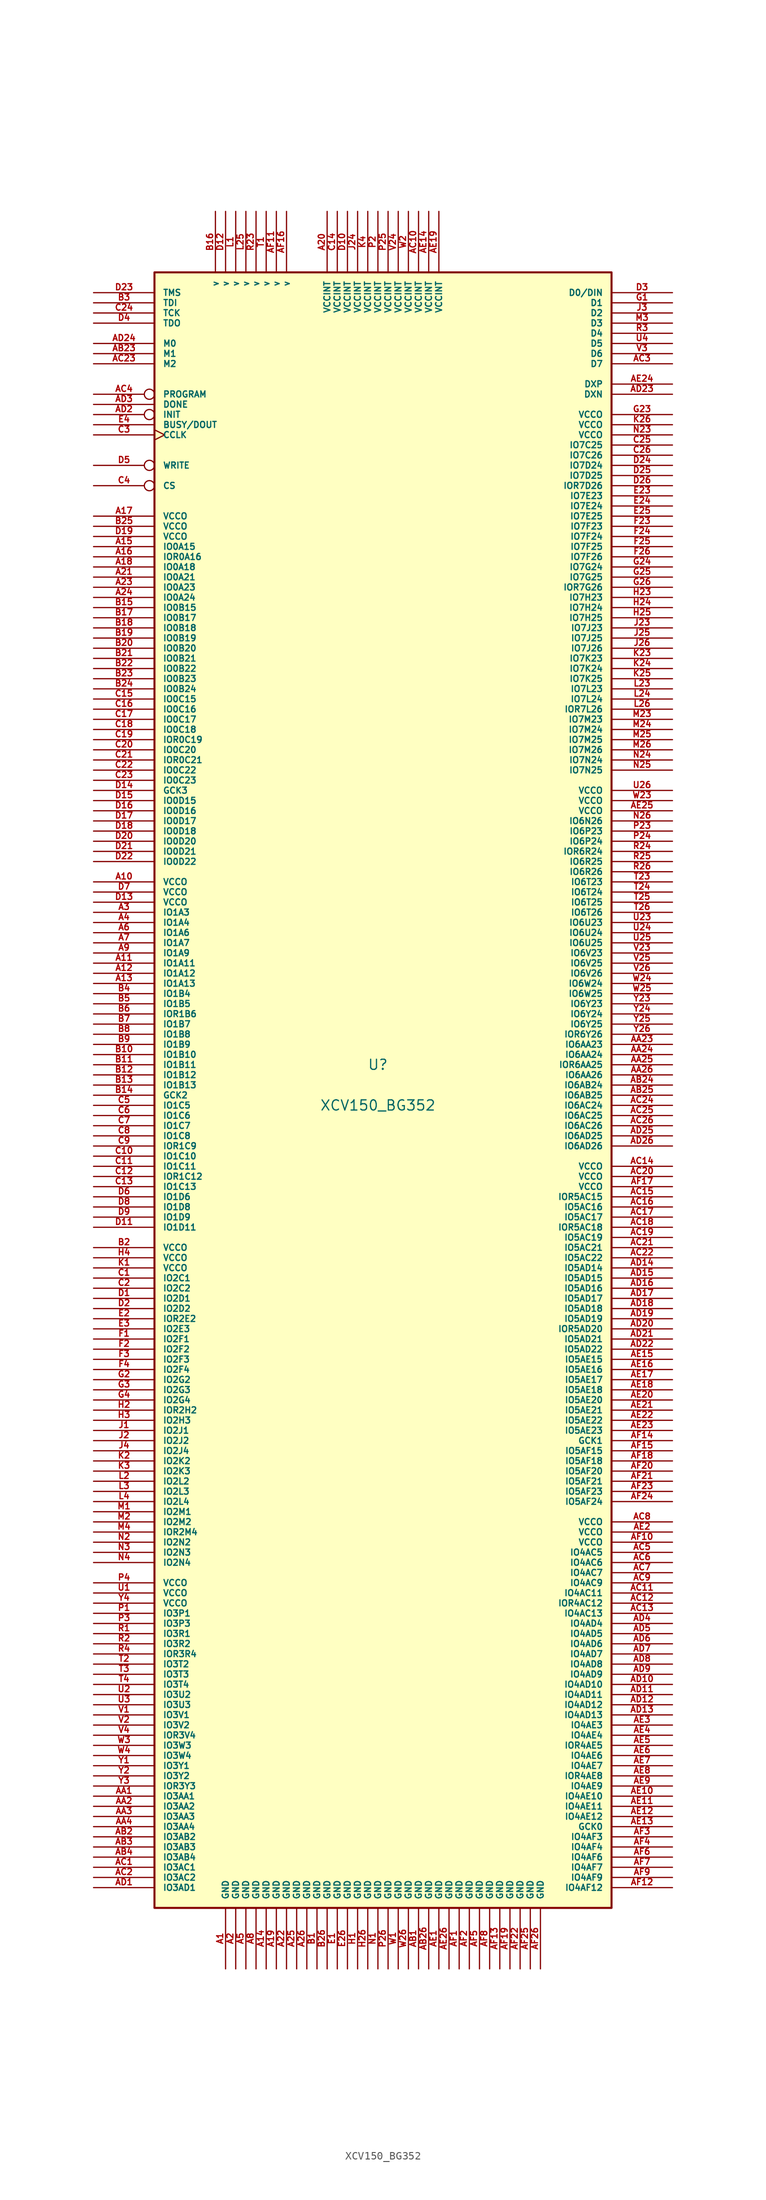
<source format=kicad_sym>
(kicad_symbol_lib
  (version 20211014)
  (generator kicad_symbol_editor)
  (symbol "XCV150_BG352"
    (pin_names
      (offset 1.016))
    (property "Reference" "U"
      (at 0 2.54 0)
      (effects (font (size 1.27 1.27))))
    (property "Value" "XCV150_BG352"
      (at 0 -2.54 0)
      (effects (font (size 1.27 1.27))))
    (symbol "XCV150_BG352_0_1"
      (rectangle (start -27.94 101.6) (end 29.21 -102.87) (stroke (width 0.254) (type default) (color 0 0 0 0)) (fill (type background))))
    (symbol "XCV150_BG352_1_1"
      (pin power_in line (at -19.05 -110.49 90) (length 7.62) (name "GND" (effects (font (size 0.762 0.762)))) (number "A1" (effects (font (size 0.762 0.762)))))
      (pin power_in line (at -35.56 25.4 0) (length 7.62) (name "VCCO" (effects (font (size 0.762 0.762)))) (number "A10" (effects (font (size 0.762 0.762)))))
      (pin bidirectional line (at -35.56 15.24 0) (length 7.62) (name "IO1A11" (effects (font (size 0.762 0.762)))) (number "A11" (effects (font (size 0.762 0.762)))))
      (pin bidirectional line (at -35.56 13.97 0) (length 7.62) (name "IO1A12" (effects (font (size 0.762 0.762)))) (number "A12" (effects (font (size 0.762 0.762)))))
      (pin bidirectional line (at -35.56 12.7 0) (length 7.62) (name "IO1A13" (effects (font (size 0.762 0.762)))) (number "A13" (effects (font (size 0.762 0.762)))))
      (pin power_in line (at -13.97 -110.49 90) (length 7.62) (name "GND" (effects (font (size 0.762 0.762)))) (number "A14" (effects (font (size 0.762 0.762)))))
      (pin bidirectional line (at -35.56 67.31 0) (length 7.62) (name "IO0A15" (effects (font (size 0.762 0.762)))) (number "A15" (effects (font (size 0.762 0.762)))))
      (pin bidirectional line (at -35.56 66.04 0) (length 7.62) (name "IOR0A16" (effects (font (size 0.762 0.762)))) (number "A16" (effects (font (size 0.762 0.762)))))
      (pin power_in line (at -35.56 71.12 0) (length 7.62) (name "VCCO" (effects (font (size 0.762 0.762)))) (number "A17" (effects (font (size 0.762 0.762)))))
      (pin bidirectional line (at -35.56 64.77 0) (length 7.62) (name "IO0A18" (effects (font (size 0.762 0.762)))) (number "A18" (effects (font (size 0.762 0.762)))))
      (pin power_in line (at -12.7 -110.49 90) (length 7.62) (name "GND" (effects (font (size 0.762 0.762)))) (number "A19" (effects (font (size 0.762 0.762)))))
      (pin power_in line (at -17.78 -110.49 90) (length 7.62) (name "GND" (effects (font (size 0.762 0.762)))) (number "A2" (effects (font (size 0.762 0.762)))))
      (pin power_in line (at -6.35 109.22 270) (length 7.62) (name "VCCINT" (effects (font (size 0.762 0.762)))) (number "A20" (effects (font (size 0.762 0.762)))))
      (pin bidirectional line (at -35.56 63.5 0) (length 7.62) (name "IO0A21" (effects (font (size 0.762 0.762)))) (number "A21" (effects (font (size 0.762 0.762)))))
      (pin power_in line (at -11.43 -110.49 90) (length 7.62) (name "GND" (effects (font (size 0.762 0.762)))) (number "A22" (effects (font (size 0.762 0.762)))))
      (pin bidirectional line (at -35.56 62.23 0) (length 7.62) (name "IO0A23" (effects (font (size 0.762 0.762)))) (number "A23" (effects (font (size 0.762 0.762)))))
      (pin bidirectional line (at -35.56 60.96 0) (length 7.62) (name "IO0A24" (effects (font (size 0.762 0.762)))) (number "A24" (effects (font (size 0.762 0.762)))))
      (pin power_in line (at -10.16 -110.49 90) (length 7.62) (name "GND" (effects (font (size 0.762 0.762)))) (number "A25" (effects (font (size 0.762 0.762)))))
      (pin power_in line (at -8.89 -110.49 90) (length 7.62) (name "GND" (effects (font (size 0.762 0.762)))) (number "A26" (effects (font (size 0.762 0.762)))))
      (pin bidirectional line (at -35.56 21.59 0) (length 7.62) (name "IO1A3" (effects (font (size 0.762 0.762)))) (number "A3" (effects (font (size 0.762 0.762)))))
      (pin bidirectional line (at -35.56 20.32 0) (length 7.62) (name "IO1A4" (effects (font (size 0.762 0.762)))) (number "A4" (effects (font (size 0.762 0.762)))))
      (pin power_in line (at -16.51 -110.49 90) (length 7.62) (name "GND" (effects (font (size 0.762 0.762)))) (number "A5" (effects (font (size 0.762 0.762)))))
      (pin bidirectional line (at -35.56 19.05 0) (length 7.62) (name "IO1A6" (effects (font (size 0.762 0.762)))) (number "A6" (effects (font (size 0.762 0.762)))))
      (pin bidirectional line (at -35.56 17.78 0) (length 7.62) (name "IO1A7" (effects (font (size 0.762 0.762)))) (number "A7" (effects (font (size 0.762 0.762)))))
      (pin power_in line (at -15.24 -110.49 90) (length 7.62) (name "GND" (effects (font (size 0.762 0.762)))) (number "A8" (effects (font (size 0.762 0.762)))))
      (pin bidirectional line (at -35.56 16.51 0) (length 7.62) (name "IO1A9" (effects (font (size 0.762 0.762)))) (number "A9" (effects (font (size 0.762 0.762)))))
      (pin bidirectional line (at -35.56 -88.9 0) (length 7.62) (name "IO3AA1" (effects (font (size 0.762 0.762)))) (number "AA1" (effects (font (size 0.762 0.762)))))
      (pin bidirectional line (at -35.56 -90.17 0) (length 7.62) (name "IO3AA2" (effects (font (size 0.762 0.762)))) (number "AA2" (effects (font (size 0.762 0.762)))))
      (pin bidirectional line (at 36.83 5.08 180) (length 7.62) (name "IO6AA23" (effects (font (size 0.762 0.762)))) (number "AA23" (effects (font (size 0.762 0.762)))))
      (pin bidirectional line (at 36.83 3.81 180) (length 7.62) (name "IO6AA24" (effects (font (size 0.762 0.762)))) (number "AA24" (effects (font (size 0.762 0.762)))))
      (pin bidirectional line (at 36.83 2.54 180) (length 7.62) (name "IOR6AA25" (effects (font (size 0.762 0.762)))) (number "AA25" (effects (font (size 0.762 0.762)))))
      (pin bidirectional line (at 36.83 1.27 180) (length 7.62) (name "IO6AA26" (effects (font (size 0.762 0.762)))) (number "AA26" (effects (font (size 0.762 0.762)))))
      (pin bidirectional line (at -35.56 -91.44 0) (length 7.62) (name "IO3AA3" (effects (font (size 0.762 0.762)))) (number "AA3" (effects (font (size 0.762 0.762)))))
      (pin bidirectional line (at -35.56 -92.71 0) (length 7.62) (name "IO3AA4" (effects (font (size 0.762 0.762)))) (number "AA4" (effects (font (size 0.762 0.762)))))
      (pin power_in line (at 5.08 -110.49 90) (length 7.62) (name "GND" (effects (font (size 0.762 0.762)))) (number "AB1" (effects (font (size 0.762 0.762)))))
      (pin bidirectional line (at -35.56 -93.98 0) (length 7.62) (name "IO3AB2" (effects (font (size 0.762 0.762)))) (number "AB2" (effects (font (size 0.762 0.762)))))
      (pin input line (at -35.56 91.44 0) (length 7.62) (name "M1" (effects (font (size 0.762 0.762)))) (number "AB23" (effects (font (size 0.762 0.762)))))
      (pin bidirectional line (at 36.83 0 180) (length 7.62) (name "IO6AB24" (effects (font (size 0.762 0.762)))) (number "AB24" (effects (font (size 0.762 0.762)))))
      (pin bidirectional line (at 36.83 -1.27 180) (length 7.62) (name "IO6AB25" (effects (font (size 0.762 0.762)))) (number "AB25" (effects (font (size 0.762 0.762)))))
      (pin power_in line (at 6.35 -110.49 90) (length 7.62) (name "GND" (effects (font (size 0.762 0.762)))) (number "AB26" (effects (font (size 0.762 0.762)))))
      (pin bidirectional line (at -35.56 -95.25 0) (length 7.62) (name "IO3AB3" (effects (font (size 0.762 0.762)))) (number "AB3" (effects (font (size 0.762 0.762)))))
      (pin bidirectional line (at -35.56 -96.52 0) (length 7.62) (name "IO3AB4" (effects (font (size 0.762 0.762)))) (number "AB4" (effects (font (size 0.762 0.762)))))
      (pin bidirectional line (at -35.56 -97.79 0) (length 7.62) (name "IO3AC1" (effects (font (size 0.762 0.762)))) (number "AC1" (effects (font (size 0.762 0.762)))))
      (pin power_in line (at 5.08 109.22 270) (length 7.62) (name "VCCINT" (effects (font (size 0.762 0.762)))) (number "AC10" (effects (font (size 0.762 0.762)))))
      (pin bidirectional line (at 36.83 -63.5 180) (length 7.62) (name "IO4AC11" (effects (font (size 0.762 0.762)))) (number "AC11" (effects (font (size 0.762 0.762)))))
      (pin bidirectional line (at 36.83 -64.77 180) (length 7.62) (name "IOR4AC12" (effects (font (size 0.762 0.762)))) (number "AC12" (effects (font (size 0.762 0.762)))))
      (pin bidirectional line (at 36.83 -66.04 180) (length 7.62) (name "IO4AC13" (effects (font (size 0.762 0.762)))) (number "AC13" (effects (font (size 0.762 0.762)))))
      (pin power_in line (at 36.83 -10.16 180) (length 7.62) (name "VCCO" (effects (font (size 0.762 0.762)))) (number "AC14" (effects (font (size 0.762 0.762)))))
      (pin bidirectional line (at 36.83 -13.97 180) (length 7.62) (name "IOR5AC15" (effects (font (size 0.762 0.762)))) (number "AC15" (effects (font (size 0.762 0.762)))))
      (pin bidirectional line (at 36.83 -15.24 180) (length 7.62) (name "IO5AC16" (effects (font (size 0.762 0.762)))) (number "AC16" (effects (font (size 0.762 0.762)))))
      (pin bidirectional line (at 36.83 -16.51 180) (length 7.62) (name "IO5AC17" (effects (font (size 0.762 0.762)))) (number "AC17" (effects (font (size 0.762 0.762)))))
      (pin bidirectional line (at 36.83 -17.78 180) (length 7.62) (name "IOR5AC18" (effects (font (size 0.762 0.762)))) (number "AC18" (effects (font (size 0.762 0.762)))))
      (pin bidirectional line (at 36.83 -19.05 180) (length 7.62) (name "IO5AC19" (effects (font (size 0.762 0.762)))) (number "AC19" (effects (font (size 0.762 0.762)))))
      (pin bidirectional line (at -35.56 -99.06 0) (length 7.62) (name "IO3AC2" (effects (font (size 0.762 0.762)))) (number "AC2" (effects (font (size 0.762 0.762)))))
      (pin power_in line (at 36.83 -11.43 180) (length 7.62) (name "VCCO" (effects (font (size 0.762 0.762)))) (number "AC20" (effects (font (size 0.762 0.762)))))
      (pin bidirectional line (at 36.83 -20.32 180) (length 7.62) (name "IO5AC21" (effects (font (size 0.762 0.762)))) (number "AC21" (effects (font (size 0.762 0.762)))))
      (pin bidirectional line (at 36.83 -21.59 180) (length 7.62) (name "IO5AC22" (effects (font (size 0.762 0.762)))) (number "AC22" (effects (font (size 0.762 0.762)))))
      (pin input line (at -35.56 90.17 0) (length 7.62) (name "M2" (effects (font (size 0.762 0.762)))) (number "AC23" (effects (font (size 0.762 0.762)))))
      (pin bidirectional line (at 36.83 -2.54 180) (length 7.62) (name "IO6AC24" (effects (font (size 0.762 0.762)))) (number "AC24" (effects (font (size 0.762 0.762)))))
      (pin bidirectional line (at 36.83 -3.81 180) (length 7.62) (name "IO6AC25" (effects (font (size 0.762 0.762)))) (number "AC25" (effects (font (size 0.762 0.762)))))
      (pin bidirectional line (at 36.83 -5.08 180) (length 7.62) (name "IO6AC26" (effects (font (size 0.762 0.762)))) (number "AC26" (effects (font (size 0.762 0.762)))))
      (pin bidirectional line (at 36.83 90.17 180) (length 7.62) (name "D7" (effects (font (size 0.762 0.762)))) (number "AC3" (effects (font (size 0.762 0.762)))))
      (pin input inverted (at -35.56 86.36 0) (length 7.62) (name "PROGRAM" (effects (font (size 0.762 0.762)))) (number "AC4" (effects (font (size 0.762 0.762)))))
      (pin bidirectional line (at 36.83 -58.42 180) (length 7.62) (name "IO4AC5" (effects (font (size 0.762 0.762)))) (number "AC5" (effects (font (size 0.762 0.762)))))
      (pin bidirectional line (at 36.83 -59.69 180) (length 7.62) (name "IO4AC6" (effects (font (size 0.762 0.762)))) (number "AC6" (effects (font (size 0.762 0.762)))))
      (pin bidirectional line (at 36.83 -60.96 180) (length 7.62) (name "IO4AC7" (effects (font (size 0.762 0.762)))) (number "AC7" (effects (font (size 0.762 0.762)))))
      (pin power_in line (at 36.83 -54.61 180) (length 7.62) (name "VCCO" (effects (font (size 0.762 0.762)))) (number "AC8" (effects (font (size 0.762 0.762)))))
      (pin bidirectional line (at 36.83 -62.23 180) (length 7.62) (name "IO4AC9" (effects (font (size 0.762 0.762)))) (number "AC9" (effects (font (size 0.762 0.762)))))
      (pin bidirectional line (at -35.56 -100.33 0) (length 7.62) (name "IO3AD1" (effects (font (size 0.762 0.762)))) (number "AD1" (effects (font (size 0.762 0.762)))))
      (pin bidirectional line (at 36.83 -74.93 180) (length 7.62) (name "IO4AD10" (effects (font (size 0.762 0.762)))) (number "AD10" (effects (font (size 0.762 0.762)))))
      (pin bidirectional line (at 36.83 -76.2 180) (length 7.62) (name "IO4AD11" (effects (font (size 0.762 0.762)))) (number "AD11" (effects (font (size 0.762 0.762)))))
      (pin bidirectional line (at 36.83 -77.47 180) (length 7.62) (name "IO4AD12" (effects (font (size 0.762 0.762)))) (number "AD12" (effects (font (size 0.762 0.762)))))
      (pin bidirectional line (at 36.83 -78.74 180) (length 7.62) (name "IO4AD13" (effects (font (size 0.762 0.762)))) (number "AD13" (effects (font (size 0.762 0.762)))))
      (pin bidirectional line (at 36.83 -22.86 180) (length 7.62) (name "IO5AD14" (effects (font (size 0.762 0.762)))) (number "AD14" (effects (font (size 0.762 0.762)))))
      (pin bidirectional line (at 36.83 -24.13 180) (length 7.62) (name "IO5AD15" (effects (font (size 0.762 0.762)))) (number "AD15" (effects (font (size 0.762 0.762)))))
      (pin bidirectional line (at 36.83 -25.4 180) (length 7.62) (name "IO5AD16" (effects (font (size 0.762 0.762)))) (number "AD16" (effects (font (size 0.762 0.762)))))
      (pin bidirectional line (at 36.83 -26.67 180) (length 7.62) (name "IO5AD17" (effects (font (size 0.762 0.762)))) (number "AD17" (effects (font (size 0.762 0.762)))))
      (pin bidirectional line (at 36.83 -27.94 180) (length 7.62) (name "IO5AD18" (effects (font (size 0.762 0.762)))) (number "AD18" (effects (font (size 0.762 0.762)))))
      (pin bidirectional line (at 36.83 -29.21 180) (length 7.62) (name "IO5AD19" (effects (font (size 0.762 0.762)))) (number "AD19" (effects (font (size 0.762 0.762)))))
      (pin bidirectional inverted (at -35.56 83.82 0) (length 7.62) (name "INIT" (effects (font (size 0.762 0.762)))) (number "AD2" (effects (font (size 0.762 0.762)))))
      (pin bidirectional line (at 36.83 -30.48 180) (length 7.62) (name "IOR5AD20" (effects (font (size 0.762 0.762)))) (number "AD20" (effects (font (size 0.762 0.762)))))
      (pin bidirectional line (at 36.83 -31.75 180) (length 7.62) (name "IO5AD21" (effects (font (size 0.762 0.762)))) (number "AD21" (effects (font (size 0.762 0.762)))))
      (pin bidirectional line (at 36.83 -33.02 180) (length 7.62) (name "IO5AD22" (effects (font (size 0.762 0.762)))) (number "AD22" (effects (font (size 0.762 0.762)))))
      (pin passive line (at 36.83 86.36 180) (length 7.62) (name "DXN" (effects (font (size 0.762 0.762)))) (number "AD23" (effects (font (size 0.762 0.762)))))
      (pin input line (at -35.56 92.71 0) (length 7.62) (name "M0" (effects (font (size 0.762 0.762)))) (number "AD24" (effects (font (size 0.762 0.762)))))
      (pin bidirectional line (at 36.83 -6.35 180) (length 7.62) (name "IO6AD25" (effects (font (size 0.762 0.762)))) (number "AD25" (effects (font (size 0.762 0.762)))))
      (pin bidirectional line (at 36.83 -7.62 180) (length 7.62) (name "IO6AD26" (effects (font (size 0.762 0.762)))) (number "AD26" (effects (font (size 0.762 0.762)))))
      (pin bidirectional line (at -35.56 85.09 0) (length 7.62) (name "DONE" (effects (font (size 0.762 0.762)))) (number "AD3" (effects (font (size 0.762 0.762)))))
      (pin bidirectional line (at 36.83 -67.31 180) (length 7.62) (name "IO4AD4" (effects (font (size 0.762 0.762)))) (number "AD4" (effects (font (size 0.762 0.762)))))
      (pin bidirectional line (at 36.83 -68.58 180) (length 7.62) (name "IO4AD5" (effects (font (size 0.762 0.762)))) (number "AD5" (effects (font (size 0.762 0.762)))))
      (pin bidirectional line (at 36.83 -69.85 180) (length 7.62) (name "IO4AD6" (effects (font (size 0.762 0.762)))) (number "AD6" (effects (font (size 0.762 0.762)))))
      (pin bidirectional line (at 36.83 -71.12 180) (length 7.62) (name "IO4AD7" (effects (font (size 0.762 0.762)))) (number "AD7" (effects (font (size 0.762 0.762)))))
      (pin bidirectional line (at 36.83 -72.39 180) (length 7.62) (name "IO4AD8" (effects (font (size 0.762 0.762)))) (number "AD8" (effects (font (size 0.762 0.762)))))
      (pin bidirectional line (at 36.83 -73.66 180) (length 7.62) (name "IO4AD9" (effects (font (size 0.762 0.762)))) (number "AD9" (effects (font (size 0.762 0.762)))))
      (pin power_in line (at 7.62 -110.49 90) (length 7.62) (name "GND" (effects (font (size 0.762 0.762)))) (number "AE1" (effects (font (size 0.762 0.762)))))
      (pin bidirectional line (at 36.83 -88.9 180) (length 7.62) (name "IO4AE10" (effects (font (size 0.762 0.762)))) (number "AE10" (effects (font (size 0.762 0.762)))))
      (pin bidirectional line (at 36.83 -90.17 180) (length 7.62) (name "IO4AE11" (effects (font (size 0.762 0.762)))) (number "AE11" (effects (font (size 0.762 0.762)))))
      (pin bidirectional line (at 36.83 -91.44 180) (length 7.62) (name "IO4AE12" (effects (font (size 0.762 0.762)))) (number "AE12" (effects (font (size 0.762 0.762)))))
      (pin input line (at 36.83 -92.71 180) (length 7.62) (name "GCK0" (effects (font (size 0.762 0.762)))) (number "AE13" (effects (font (size 0.762 0.762)))))
      (pin power_in line (at 6.35 109.22 270) (length 7.62) (name "VCCINT" (effects (font (size 0.762 0.762)))) (number "AE14" (effects (font (size 0.762 0.762)))))
      (pin bidirectional line (at 36.83 -34.29 180) (length 7.62) (name "IO5AE15" (effects (font (size 0.762 0.762)))) (number "AE15" (effects (font (size 0.762 0.762)))))
      (pin bidirectional line (at 36.83 -35.56 180) (length 7.62) (name "IO5AE16" (effects (font (size 0.762 0.762)))) (number "AE16" (effects (font (size 0.762 0.762)))))
      (pin bidirectional line (at 36.83 -36.83 180) (length 7.62) (name "IO5AE17" (effects (font (size 0.762 0.762)))) (number "AE17" (effects (font (size 0.762 0.762)))))
      (pin bidirectional line (at 36.83 -38.1 180) (length 7.62) (name "IO5AE18" (effects (font (size 0.762 0.762)))) (number "AE18" (effects (font (size 0.762 0.762)))))
      (pin power_in line (at 7.62 109.22 270) (length 7.62) (name "VCCINT" (effects (font (size 0.762 0.762)))) (number "AE19" (effects (font (size 0.762 0.762)))))
      (pin power_in line (at 36.83 -55.88 180) (length 7.62) (name "VCCO" (effects (font (size 0.762 0.762)))) (number "AE2" (effects (font (size 0.762 0.762)))))
      (pin bidirectional line (at 36.83 -39.37 180) (length 7.62) (name "IO5AE20" (effects (font (size 0.762 0.762)))) (number "AE20" (effects (font (size 0.762 0.762)))))
      (pin bidirectional line (at 36.83 -40.64 180) (length 7.62) (name "IO5AE21" (effects (font (size 0.762 0.762)))) (number "AE21" (effects (font (size 0.762 0.762)))))
      (pin bidirectional line (at 36.83 -41.91 180) (length 7.62) (name "IO5AE22" (effects (font (size 0.762 0.762)))) (number "AE22" (effects (font (size 0.762 0.762)))))
      (pin bidirectional line (at 36.83 -43.18 180) (length 7.62) (name "IO5AE23" (effects (font (size 0.762 0.762)))) (number "AE23" (effects (font (size 0.762 0.762)))))
      (pin passive line (at 36.83 87.63 180) (length 7.62) (name "DXP" (effects (font (size 0.762 0.762)))) (number "AE24" (effects (font (size 0.762 0.762)))))
      (pin power_in line (at 36.83 34.29 180) (length 7.62) (name "VCCO" (effects (font (size 0.762 0.762)))) (number "AE25" (effects (font (size 0.762 0.762)))))
      (pin power_in line (at 8.89 -110.49 90) (length 7.62) (name "GND" (effects (font (size 0.762 0.762)))) (number "AE26" (effects (font (size 0.762 0.762)))))
      (pin bidirectional line (at 36.83 -80.01 180) (length 7.62) (name "IO4AE3" (effects (font (size 0.762 0.762)))) (number "AE3" (effects (font (size 0.762 0.762)))))
      (pin bidirectional line (at 36.83 -81.28 180) (length 7.62) (name "IO4AE4" (effects (font (size 0.762 0.762)))) (number "AE4" (effects (font (size 0.762 0.762)))))
      (pin bidirectional line (at 36.83 -82.55 180) (length 7.62) (name "IOR4AE5" (effects (font (size 0.762 0.762)))) (number "AE5" (effects (font (size 0.762 0.762)))))
      (pin bidirectional line (at 36.83 -83.82 180) (length 7.62) (name "IO4AE6" (effects (font (size 0.762 0.762)))) (number "AE6" (effects (font (size 0.762 0.762)))))
      (pin bidirectional line (at 36.83 -85.09 180) (length 7.62) (name "IO4AE7" (effects (font (size 0.762 0.762)))) (number "AE7" (effects (font (size 0.762 0.762)))))
      (pin bidirectional line (at 36.83 -86.36 180) (length 7.62) (name "IOR4AE8" (effects (font (size 0.762 0.762)))) (number "AE8" (effects (font (size 0.762 0.762)))))
      (pin bidirectional line (at 36.83 -87.63 180) (length 7.62) (name "IO4AE9" (effects (font (size 0.762 0.762)))) (number "AE9" (effects (font (size 0.762 0.762)))))
      (pin power_in line (at 10.16 -110.49 90) (length 7.62) (name "GND" (effects (font (size 0.762 0.762)))) (number "AF1" (effects (font (size 0.762 0.762)))))
      (pin power_in line (at 36.83 -57.15 180) (length 7.62) (name "VCCO" (effects (font (size 0.762 0.762)))) (number "AF10" (effects (font (size 0.762 0.762)))))
      (pin passive line (at -12.7 109.22 270) (length 7.62) (name "v" (effects (font (size 0.762 0.762)))) (number "AF11" (effects (font (size 0.762 0.762)))))
      (pin bidirectional line (at 36.83 -100.33 180) (length 7.62) (name "IO4AF12" (effects (font (size 0.762 0.762)))) (number "AF12" (effects (font (size 0.762 0.762)))))
      (pin power_in line (at 15.24 -110.49 90) (length 7.62) (name "GND" (effects (font (size 0.762 0.762)))) (number "AF13" (effects (font (size 0.762 0.762)))))
      (pin input line (at 36.83 -44.45 180) (length 7.62) (name "GCK1" (effects (font (size 0.762 0.762)))) (number "AF14" (effects (font (size 0.762 0.762)))))
      (pin bidirectional line (at 36.83 -45.72 180) (length 7.62) (name "IO5AF15" (effects (font (size 0.762 0.762)))) (number "AF15" (effects (font (size 0.762 0.762)))))
      (pin passive line (at -11.43 109.22 270) (length 7.62) (name "v" (effects (font (size 0.762 0.762)))) (number "AF16" (effects (font (size 0.762 0.762)))))
      (pin power_in line (at 36.83 -12.7 180) (length 7.62) (name "VCCO" (effects (font (size 0.762 0.762)))) (number "AF17" (effects (font (size 0.762 0.762)))))
      (pin bidirectional line (at 36.83 -46.99 180) (length 7.62) (name "IO5AF18" (effects (font (size 0.762 0.762)))) (number "AF18" (effects (font (size 0.762 0.762)))))
      (pin power_in line (at 16.51 -110.49 90) (length 7.62) (name "GND" (effects (font (size 0.762 0.762)))) (number "AF19" (effects (font (size 0.762 0.762)))))
      (pin power_in line (at 11.43 -110.49 90) (length 7.62) (name "GND" (effects (font (size 0.762 0.762)))) (number "AF2" (effects (font (size 0.762 0.762)))))
      (pin bidirectional line (at 36.83 -48.26 180) (length 7.62) (name "IO5AF20" (effects (font (size 0.762 0.762)))) (number "AF20" (effects (font (size 0.762 0.762)))))
      (pin bidirectional line (at 36.83 -49.53 180) (length 7.62) (name "IO5AF21" (effects (font (size 0.762 0.762)))) (number "AF21" (effects (font (size 0.762 0.762)))))
      (pin power_in line (at 17.78 -110.49 90) (length 7.62) (name "GND" (effects (font (size 0.762 0.762)))) (number "AF22" (effects (font (size 0.762 0.762)))))
      (pin bidirectional line (at 36.83 -50.8 180) (length 7.62) (name "IO5AF23" (effects (font (size 0.762 0.762)))) (number "AF23" (effects (font (size 0.762 0.762)))))
      (pin bidirectional line (at 36.83 -52.07 180) (length 7.62) (name "IO5AF24" (effects (font (size 0.762 0.762)))) (number "AF24" (effects (font (size 0.762 0.762)))))
      (pin power_in line (at 19.05 -110.49 90) (length 7.62) (name "GND" (effects (font (size 0.762 0.762)))) (number "AF25" (effects (font (size 0.762 0.762)))))
      (pin power_in line (at 20.32 -110.49 90) (length 7.62) (name "GND" (effects (font (size 0.762 0.762)))) (number "AF26" (effects (font (size 0.762 0.762)))))
      (pin bidirectional line (at 36.83 -93.98 180) (length 7.62) (name "IO4AF3" (effects (font (size 0.762 0.762)))) (number "AF3" (effects (font (size 0.762 0.762)))))
      (pin bidirectional line (at 36.83 -95.25 180) (length 7.62) (name "IO4AF4" (effects (font (size 0.762 0.762)))) (number "AF4" (effects (font (size 0.762 0.762)))))
      (pin power_in line (at 12.7 -110.49 90) (length 7.62) (name "GND" (effects (font (size 0.762 0.762)))) (number "AF5" (effects (font (size 0.762 0.762)))))
      (pin bidirectional line (at 36.83 -96.52 180) (length 7.62) (name "IO4AF6" (effects (font (size 0.762 0.762)))) (number "AF6" (effects (font (size 0.762 0.762)))))
      (pin bidirectional line (at 36.83 -97.79 180) (length 7.62) (name "IO4AF7" (effects (font (size 0.762 0.762)))) (number "AF7" (effects (font (size 0.762 0.762)))))
      (pin power_in line (at 13.97 -110.49 90) (length 7.62) (name "GND" (effects (font (size 0.762 0.762)))) (number "AF8" (effects (font (size 0.762 0.762)))))
      (pin bidirectional line (at 36.83 -99.06 180) (length 7.62) (name "IO4AF9" (effects (font (size 0.762 0.762)))) (number "AF9" (effects (font (size 0.762 0.762)))))
      (pin power_in line (at -7.62 -110.49 90) (length 7.62) (name "GND" (effects (font (size 0.762 0.762)))) (number "B1" (effects (font (size 0.762 0.762)))))
      (pin bidirectional line (at -35.56 3.81 0) (length 7.62) (name "IO1B10" (effects (font (size 0.762 0.762)))) (number "B10" (effects (font (size 0.762 0.762)))))
      (pin bidirectional line (at -35.56 2.54 0) (length 7.62) (name "IO1B11" (effects (font (size 0.762 0.762)))) (number "B11" (effects (font (size 0.762 0.762)))))
      (pin bidirectional line (at -35.56 1.27 0) (length 7.62) (name "IO1B12" (effects (font (size 0.762 0.762)))) (number "B12" (effects (font (size 0.762 0.762)))))
      (pin bidirectional line (at -35.56 0 0) (length 7.62) (name "IO1B13" (effects (font (size 0.762 0.762)))) (number "B13" (effects (font (size 0.762 0.762)))))
      (pin input line (at -35.56 -1.27 0) (length 7.62) (name "GCK2" (effects (font (size 0.762 0.762)))) (number "B14" (effects (font (size 0.762 0.762)))))
      (pin bidirectional line (at -35.56 59.69 0) (length 7.62) (name "IO0B15" (effects (font (size 0.762 0.762)))) (number "B15" (effects (font (size 0.762 0.762)))))
      (pin passive line (at -20.32 109.22 270) (length 7.62) (name "v" (effects (font (size 0.762 0.762)))) (number "B16" (effects (font (size 0.762 0.762)))))
      (pin bidirectional line (at -35.56 58.42 0) (length 7.62) (name "IO0B17" (effects (font (size 0.762 0.762)))) (number "B17" (effects (font (size 0.762 0.762)))))
      (pin bidirectional line (at -35.56 57.15 0) (length 7.62) (name "IO0B18" (effects (font (size 0.762 0.762)))) (number "B18" (effects (font (size 0.762 0.762)))))
      (pin bidirectional line (at -35.56 55.88 0) (length 7.62) (name "IO0B19" (effects (font (size 0.762 0.762)))) (number "B19" (effects (font (size 0.762 0.762)))))
      (pin power_in line (at -35.56 -20.32 0) (length 7.62) (name "VCCO" (effects (font (size 0.762 0.762)))) (number "B2" (effects (font (size 0.762 0.762)))))
      (pin bidirectional line (at -35.56 54.61 0) (length 7.62) (name "IO0B20" (effects (font (size 0.762 0.762)))) (number "B20" (effects (font (size 0.762 0.762)))))
      (pin bidirectional line (at -35.56 53.34 0) (length 7.62) (name "IO0B21" (effects (font (size 0.762 0.762)))) (number "B21" (effects (font (size 0.762 0.762)))))
      (pin bidirectional line (at -35.56 52.07 0) (length 7.62) (name "IO0B22" (effects (font (size 0.762 0.762)))) (number "B22" (effects (font (size 0.762 0.762)))))
      (pin bidirectional line (at -35.56 50.8 0) (length 7.62) (name "IO0B23" (effects (font (size 0.762 0.762)))) (number "B23" (effects (font (size 0.762 0.762)))))
      (pin bidirectional line (at -35.56 49.53 0) (length 7.62) (name "IO0B24" (effects (font (size 0.762 0.762)))) (number "B24" (effects (font (size 0.762 0.762)))))
      (pin power_in line (at -35.56 69.85 0) (length 7.62) (name "VCCO" (effects (font (size 0.762 0.762)))) (number "B25" (effects (font (size 0.762 0.762)))))
      (pin power_in line (at -6.35 -110.49 90) (length 7.62) (name "GND" (effects (font (size 0.762 0.762)))) (number "B26" (effects (font (size 0.762 0.762)))))
      (pin passive line (at -35.56 97.79 0) (length 7.62) (name "TDI" (effects (font (size 0.762 0.762)))) (number "B3" (effects (font (size 0.762 0.762)))))
      (pin bidirectional line (at -35.56 11.43 0) (length 7.62) (name "IO1B4" (effects (font (size 0.762 0.762)))) (number "B4" (effects (font (size 0.762 0.762)))))
      (pin bidirectional line (at -35.56 10.16 0) (length 7.62) (name "IO1B5" (effects (font (size 0.762 0.762)))) (number "B5" (effects (font (size 0.762 0.762)))))
      (pin bidirectional line (at -35.56 8.89 0) (length 7.62) (name "IOR1B6" (effects (font (size 0.762 0.762)))) (number "B6" (effects (font (size 0.762 0.762)))))
      (pin bidirectional line (at -35.56 7.62 0) (length 7.62) (name "IO1B7" (effects (font (size 0.762 0.762)))) (number "B7" (effects (font (size 0.762 0.762)))))
      (pin bidirectional line (at -35.56 6.35 0) (length 7.62) (name "IO1B8" (effects (font (size 0.762 0.762)))) (number "B8" (effects (font (size 0.762 0.762)))))
      (pin bidirectional line (at -35.56 5.08 0) (length 7.62) (name "IO1B9" (effects (font (size 0.762 0.762)))) (number "B9" (effects (font (size 0.762 0.762)))))
      (pin bidirectional line (at -35.56 -24.13 0) (length 7.62) (name "IO2C1" (effects (font (size 0.762 0.762)))) (number "C1" (effects (font (size 0.762 0.762)))))
      (pin bidirectional line (at -35.56 -8.89 0) (length 7.62) (name "IO1C10" (effects (font (size 0.762 0.762)))) (number "C10" (effects (font (size 0.762 0.762)))))
      (pin bidirectional line (at -35.56 -10.16 0) (length 7.62) (name "IO1C11" (effects (font (size 0.762 0.762)))) (number "C11" (effects (font (size 0.762 0.762)))))
      (pin bidirectional line (at -35.56 -11.43 0) (length 7.62) (name "IOR1C12" (effects (font (size 0.762 0.762)))) (number "C12" (effects (font (size 0.762 0.762)))))
      (pin bidirectional line (at -35.56 -12.7 0) (length 7.62) (name "IO1C13" (effects (font (size 0.762 0.762)))) (number "C13" (effects (font (size 0.762 0.762)))))
      (pin power_in line (at -5.08 109.22 270) (length 7.62) (name "VCCINT" (effects (font (size 0.762 0.762)))) (number "C14" (effects (font (size 0.762 0.762)))))
      (pin bidirectional line (at -35.56 48.26 0) (length 7.62) (name "IO0C15" (effects (font (size 0.762 0.762)))) (number "C15" (effects (font (size 0.762 0.762)))))
      (pin bidirectional line (at -35.56 46.99 0) (length 7.62) (name "IO0C16" (effects (font (size 0.762 0.762)))) (number "C16" (effects (font (size 0.762 0.762)))))
      (pin bidirectional line (at -35.56 45.72 0) (length 7.62) (name "IO0C17" (effects (font (size 0.762 0.762)))) (number "C17" (effects (font (size 0.762 0.762)))))
      (pin bidirectional line (at -35.56 44.45 0) (length 7.62) (name "IO0C18" (effects (font (size 0.762 0.762)))) (number "C18" (effects (font (size 0.762 0.762)))))
      (pin bidirectional line (at -35.56 43.18 0) (length 7.62) (name "IOR0C19" (effects (font (size 0.762 0.762)))) (number "C19" (effects (font (size 0.762 0.762)))))
      (pin bidirectional line (at -35.56 -25.4 0) (length 7.62) (name "IO2C2" (effects (font (size 0.762 0.762)))) (number "C2" (effects (font (size 0.762 0.762)))))
      (pin bidirectional line (at -35.56 41.91 0) (length 7.62) (name "IO0C20" (effects (font (size 0.762 0.762)))) (number "C20" (effects (font (size 0.762 0.762)))))
      (pin bidirectional line (at -35.56 40.64 0) (length 7.62) (name "IOR0C21" (effects (font (size 0.762 0.762)))) (number "C21" (effects (font (size 0.762 0.762)))))
      (pin bidirectional line (at -35.56 39.37 0) (length 7.62) (name "IO0C22" (effects (font (size 0.762 0.762)))) (number "C22" (effects (font (size 0.762 0.762)))))
      (pin bidirectional line (at -35.56 38.1 0) (length 7.62) (name "IO0C23" (effects (font (size 0.762 0.762)))) (number "C23" (effects (font (size 0.762 0.762)))))
      (pin passive line (at -35.56 96.52 0) (length 7.62) (name "TCK" (effects (font (size 0.762 0.762)))) (number "C24" (effects (font (size 0.762 0.762)))))
      (pin bidirectional line (at 36.83 80.01 180) (length 7.62) (name "IO7C25" (effects (font (size 0.762 0.762)))) (number "C25" (effects (font (size 0.762 0.762)))))
      (pin bidirectional line (at 36.83 78.74 180) (length 7.62) (name "IO7C26" (effects (font (size 0.762 0.762)))) (number "C26" (effects (font (size 0.762 0.762)))))
      (pin bidirectional clock (at -35.56 81.28 0) (length 7.62) (name "CCLK" (effects (font (size 0.762 0.762)))) (number "C3" (effects (font (size 0.762 0.762)))))
      (pin input inverted (at -35.56 74.93 0) (length 7.62) (name "CS" (effects (font (size 0.762 0.762)))) (number "C4" (effects (font (size 0.762 0.762)))))
      (pin bidirectional line (at -35.56 -2.54 0) (length 7.62) (name "IO1C5" (effects (font (size 0.762 0.762)))) (number "C5" (effects (font (size 0.762 0.762)))))
      (pin bidirectional line (at -35.56 -3.81 0) (length 7.62) (name "IO1C6" (effects (font (size 0.762 0.762)))) (number "C6" (effects (font (size 0.762 0.762)))))
      (pin bidirectional line (at -35.56 -5.08 0) (length 7.62) (name "IO1C7" (effects (font (size 0.762 0.762)))) (number "C7" (effects (font (size 0.762 0.762)))))
      (pin bidirectional line (at -35.56 -6.35 0) (length 7.62) (name "IO1C8" (effects (font (size 0.762 0.762)))) (number "C8" (effects (font (size 0.762 0.762)))))
      (pin bidirectional line (at -35.56 -7.62 0) (length 7.62) (name "IOR1C9" (effects (font (size 0.762 0.762)))) (number "C9" (effects (font (size 0.762 0.762)))))
      (pin bidirectional line (at -35.56 -26.67 0) (length 7.62) (name "IO2D1" (effects (font (size 0.762 0.762)))) (number "D1" (effects (font (size 0.762 0.762)))))
      (pin power_in line (at -3.81 109.22 270) (length 7.62) (name "VCCINT" (effects (font (size 0.762 0.762)))) (number "D10" (effects (font (size 0.762 0.762)))))
      (pin bidirectional line (at -35.56 -17.78 0) (length 7.62) (name "IO1D11" (effects (font (size 0.762 0.762)))) (number "D11" (effects (font (size 0.762 0.762)))))
      (pin passive line (at -19.05 109.22 270) (length 7.62) (name "v" (effects (font (size 0.762 0.762)))) (number "D12" (effects (font (size 0.762 0.762)))))
      (pin power_in line (at -35.56 22.86 0) (length 7.62) (name "VCCO" (effects (font (size 0.762 0.762)))) (number "D13" (effects (font (size 0.762 0.762)))))
      (pin input line (at -35.56 36.83 0) (length 7.62) (name "GCK3" (effects (font (size 0.762 0.762)))) (number "D14" (effects (font (size 0.762 0.762)))))
      (pin bidirectional line (at -35.56 35.56 0) (length 7.62) (name "IO0D15" (effects (font (size 0.762 0.762)))) (number "D15" (effects (font (size 0.762 0.762)))))
      (pin bidirectional line (at -35.56 34.29 0) (length 7.62) (name "IO0D16" (effects (font (size 0.762 0.762)))) (number "D16" (effects (font (size 0.762 0.762)))))
      (pin bidirectional line (at -35.56 33.02 0) (length 7.62) (name "IO0D17" (effects (font (size 0.762 0.762)))) (number "D17" (effects (font (size 0.762 0.762)))))
      (pin bidirectional line (at -35.56 31.75 0) (length 7.62) (name "IO0D18" (effects (font (size 0.762 0.762)))) (number "D18" (effects (font (size 0.762 0.762)))))
      (pin power_in line (at -35.56 68.58 0) (length 7.62) (name "VCCO" (effects (font (size 0.762 0.762)))) (number "D19" (effects (font (size 0.762 0.762)))))
      (pin bidirectional line (at -35.56 -27.94 0) (length 7.62) (name "IO2D2" (effects (font (size 0.762 0.762)))) (number "D2" (effects (font (size 0.762 0.762)))))
      (pin bidirectional line (at -35.56 30.48 0) (length 7.62) (name "IO0D20" (effects (font (size 0.762 0.762)))) (number "D20" (effects (font (size 0.762 0.762)))))
      (pin bidirectional line (at -35.56 29.21 0) (length 7.62) (name "IO0D21" (effects (font (size 0.762 0.762)))) (number "D21" (effects (font (size 0.762 0.762)))))
      (pin bidirectional line (at -35.56 27.94 0) (length 7.62) (name "IO0D22" (effects (font (size 0.762 0.762)))) (number "D22" (effects (font (size 0.762 0.762)))))
      (pin passive line (at -35.56 99.06 0) (length 7.62) (name "TMS" (effects (font (size 0.762 0.762)))) (number "D23" (effects (font (size 0.762 0.762)))))
      (pin bidirectional line (at 36.83 77.47 180) (length 7.62) (name "IO7D24" (effects (font (size 0.762 0.762)))) (number "D24" (effects (font (size 0.762 0.762)))))
      (pin bidirectional line (at 36.83 76.2 180) (length 7.62) (name "IO7D25" (effects (font (size 0.762 0.762)))) (number "D25" (effects (font (size 0.762 0.762)))))
      (pin bidirectional line (at 36.83 74.93 180) (length 7.62) (name "IOR7D26" (effects (font (size 0.762 0.762)))) (number "D26" (effects (font (size 0.762 0.762)))))
      (pin bidirectional line (at 36.83 99.06 180) (length 7.62) (name "D0/DIN" (effects (font (size 0.762 0.762)))) (number "D3" (effects (font (size 0.762 0.762)))))
      (pin passive line (at -35.56 95.25 0) (length 7.62) (name "TDO" (effects (font (size 0.762 0.762)))) (number "D4" (effects (font (size 0.762 0.762)))))
      (pin input inverted (at -35.56 77.47 0) (length 7.62) (name "WRITE" (effects (font (size 0.762 0.762)))) (number "D5" (effects (font (size 0.762 0.762)))))
      (pin bidirectional line (at -35.56 -13.97 0) (length 7.62) (name "IO1D6" (effects (font (size 0.762 0.762)))) (number "D6" (effects (font (size 0.762 0.762)))))
      (pin power_in line (at -35.56 24.13 0) (length 7.62) (name "VCCO" (effects (font (size 0.762 0.762)))) (number "D7" (effects (font (size 0.762 0.762)))))
      (pin bidirectional line (at -35.56 -15.24 0) (length 7.62) (name "IO1D8" (effects (font (size 0.762 0.762)))) (number "D8" (effects (font (size 0.762 0.762)))))
      (pin bidirectional line (at -35.56 -16.51 0) (length 7.62) (name "IO1D9" (effects (font (size 0.762 0.762)))) (number "D9" (effects (font (size 0.762 0.762)))))
      (pin power_in line (at -5.08 -110.49 90) (length 7.62) (name "GND" (effects (font (size 0.762 0.762)))) (number "E1" (effects (font (size 0.762 0.762)))))
      (pin bidirectional line (at -35.56 -29.21 0) (length 7.62) (name "IOR2E2" (effects (font (size 0.762 0.762)))) (number "E2" (effects (font (size 0.762 0.762)))))
      (pin bidirectional line (at 36.83 73.66 180) (length 7.62) (name "IO7E23" (effects (font (size 0.762 0.762)))) (number "E23" (effects (font (size 0.762 0.762)))))
      (pin bidirectional line (at 36.83 72.39 180) (length 7.62) (name "IO7E24" (effects (font (size 0.762 0.762)))) (number "E24" (effects (font (size 0.762 0.762)))))
      (pin bidirectional line (at 36.83 71.12 180) (length 7.62) (name "IO7E25" (effects (font (size 0.762 0.762)))) (number "E25" (effects (font (size 0.762 0.762)))))
      (pin power_in line (at -3.81 -110.49 90) (length 7.62) (name "GND" (effects (font (size 0.762 0.762)))) (number "E26" (effects (font (size 0.762 0.762)))))
      (pin bidirectional line (at -35.56 -30.48 0) (length 7.62) (name "IO2E3" (effects (font (size 0.762 0.762)))) (number "E3" (effects (font (size 0.762 0.762)))))
      (pin output line (at -35.56 82.55 0) (length 7.62) (name "BUSY/DOUT" (effects (font (size 0.762 0.762)))) (number "E4" (effects (font (size 0.762 0.762)))))
      (pin bidirectional line (at -35.56 -31.75 0) (length 7.62) (name "IO2F1" (effects (font (size 0.762 0.762)))) (number "F1" (effects (font (size 0.762 0.762)))))
      (pin bidirectional line (at -35.56 -33.02 0) (length 7.62) (name "IO2F2" (effects (font (size 0.762 0.762)))) (number "F2" (effects (font (size 0.762 0.762)))))
      (pin bidirectional line (at 36.83 69.85 180) (length 7.62) (name "IO7F23" (effects (font (size 0.762 0.762)))) (number "F23" (effects (font (size 0.762 0.762)))))
      (pin bidirectional line (at 36.83 68.58 180) (length 7.62) (name "IO7F24" (effects (font (size 0.762 0.762)))) (number "F24" (effects (font (size 0.762 0.762)))))
      (pin bidirectional line (at 36.83 67.31 180) (length 7.62) (name "IO7F25" (effects (font (size 0.762 0.762)))) (number "F25" (effects (font (size 0.762 0.762)))))
      (pin bidirectional line (at 36.83 66.04 180) (length 7.62) (name "IO7F26" (effects (font (size 0.762 0.762)))) (number "F26" (effects (font (size 0.762 0.762)))))
      (pin bidirectional line (at -35.56 -34.29 0) (length 7.62) (name "IO2F3" (effects (font (size 0.762 0.762)))) (number "F3" (effects (font (size 0.762 0.762)))))
      (pin bidirectional line (at -35.56 -35.56 0) (length 7.62) (name "IO2F4" (effects (font (size 0.762 0.762)))) (number "F4" (effects (font (size 0.762 0.762)))))
      (pin bidirectional line (at 36.83 97.79 180) (length 7.62) (name "D1" (effects (font (size 0.762 0.762)))) (number "G1" (effects (font (size 0.762 0.762)))))
      (pin bidirectional line (at -35.56 -36.83 0) (length 7.62) (name "IO2G2" (effects (font (size 0.762 0.762)))) (number "G2" (effects (font (size 0.762 0.762)))))
      (pin power_in line (at 36.83 83.82 180) (length 7.62) (name "VCCO" (effects (font (size 0.762 0.762)))) (number "G23" (effects (font (size 0.762 0.762)))))
      (pin bidirectional line (at 36.83 64.77 180) (length 7.62) (name "IO7G24" (effects (font (size 0.762 0.762)))) (number "G24" (effects (font (size 0.762 0.762)))))
      (pin bidirectional line (at 36.83 63.5 180) (length 7.62) (name "IO7G25" (effects (font (size 0.762 0.762)))) (number "G25" (effects (font (size 0.762 0.762)))))
      (pin bidirectional line (at 36.83 62.23 180) (length 7.62) (name "IOR7G26" (effects (font (size 0.762 0.762)))) (number "G26" (effects (font (size 0.762 0.762)))))
      (pin bidirectional line (at -35.56 -38.1 0) (length 7.62) (name "IO2G3" (effects (font (size 0.762 0.762)))) (number "G3" (effects (font (size 0.762 0.762)))))
      (pin bidirectional line (at -35.56 -39.37 0) (length 7.62) (name "IO2G4" (effects (font (size 0.762 0.762)))) (number "G4" (effects (font (size 0.762 0.762)))))
      (pin power_in line (at -2.54 -110.49 90) (length 7.62) (name "GND" (effects (font (size 0.762 0.762)))) (number "H1" (effects (font (size 0.762 0.762)))))
      (pin bidirectional line (at -35.56 -40.64 0) (length 7.62) (name "IOR2H2" (effects (font (size 0.762 0.762)))) (number "H2" (effects (font (size 0.762 0.762)))))
      (pin bidirectional line (at 36.83 60.96 180) (length 7.62) (name "IO7H23" (effects (font (size 0.762 0.762)))) (number "H23" (effects (font (size 0.762 0.762)))))
      (pin bidirectional line (at 36.83 59.69 180) (length 7.62) (name "IO7H24" (effects (font (size 0.762 0.762)))) (number "H24" (effects (font (size 0.762 0.762)))))
      (pin bidirectional line (at 36.83 58.42 180) (length 7.62) (name "IO7H25" (effects (font (size 0.762 0.762)))) (number "H25" (effects (font (size 0.762 0.762)))))
      (pin power_in line (at -1.27 -110.49 90) (length 7.62) (name "GND" (effects (font (size 0.762 0.762)))) (number "H26" (effects (font (size 0.762 0.762)))))
      (pin bidirectional line (at -35.56 -41.91 0) (length 7.62) (name "IO2H3" (effects (font (size 0.762 0.762)))) (number "H3" (effects (font (size 0.762 0.762)))))
      (pin power_in line (at -35.56 -21.59 0) (length 7.62) (name "VCCO" (effects (font (size 0.762 0.762)))) (number "H4" (effects (font (size 0.762 0.762)))))
      (pin bidirectional line (at -35.56 -43.18 0) (length 7.62) (name "IO2J1" (effects (font (size 0.762 0.762)))) (number "J1" (effects (font (size 0.762 0.762)))))
      (pin bidirectional line (at -35.56 -44.45 0) (length 7.62) (name "IO2J2" (effects (font (size 0.762 0.762)))) (number "J2" (effects (font (size 0.762 0.762)))))
      (pin bidirectional line (at 36.83 57.15 180) (length 7.62) (name "IO7J23" (effects (font (size 0.762 0.762)))) (number "J23" (effects (font (size 0.762 0.762)))))
      (pin power_in line (at -2.54 109.22 270) (length 7.62) (name "VCCINT" (effects (font (size 0.762 0.762)))) (number "J24" (effects (font (size 0.762 0.762)))))
      (pin bidirectional line (at 36.83 55.88 180) (length 7.62) (name "IO7J25" (effects (font (size 0.762 0.762)))) (number "J25" (effects (font (size 0.762 0.762)))))
      (pin bidirectional line (at 36.83 54.61 180) (length 7.62) (name "IO7J26" (effects (font (size 0.762 0.762)))) (number "J26" (effects (font (size 0.762 0.762)))))
      (pin bidirectional line (at 36.83 96.52 180) (length 7.62) (name "D2" (effects (font (size 0.762 0.762)))) (number "J3" (effects (font (size 0.762 0.762)))))
      (pin bidirectional line (at -35.56 -45.72 0) (length 7.62) (name "IO2J4" (effects (font (size 0.762 0.762)))) (number "J4" (effects (font (size 0.762 0.762)))))
      (pin power_in line (at -35.56 -22.86 0) (length 7.62) (name "VCCO" (effects (font (size 0.762 0.762)))) (number "K1" (effects (font (size 0.762 0.762)))))
      (pin bidirectional line (at -35.56 -46.99 0) (length 7.62) (name "IO2K2" (effects (font (size 0.762 0.762)))) (number "K2" (effects (font (size 0.762 0.762)))))
      (pin bidirectional line (at 36.83 53.34 180) (length 7.62) (name "IO7K23" (effects (font (size 0.762 0.762)))) (number "K23" (effects (font (size 0.762 0.762)))))
      (pin bidirectional line (at 36.83 52.07 180) (length 7.62) (name "IO7K24" (effects (font (size 0.762 0.762)))) (number "K24" (effects (font (size 0.762 0.762)))))
      (pin bidirectional line (at 36.83 50.8 180) (length 7.62) (name "IO7K25" (effects (font (size 0.762 0.762)))) (number "K25" (effects (font (size 0.762 0.762)))))
      (pin power_in line (at 36.83 82.55 180) (length 7.62) (name "VCCO" (effects (font (size 0.762 0.762)))) (number "K26" (effects (font (size 0.762 0.762)))))
      (pin bidirectional line (at -35.56 -48.26 0) (length 7.62) (name "IO2K3" (effects (font (size 0.762 0.762)))) (number "K3" (effects (font (size 0.762 0.762)))))
      (pin power_in line (at -1.27 109.22 270) (length 7.62) (name "VCCINT" (effects (font (size 0.762 0.762)))) (number "K4" (effects (font (size 0.762 0.762)))))
      (pin passive line (at -17.78 109.22 270) (length 7.62) (name "v" (effects (font (size 0.762 0.762)))) (number "L1" (effects (font (size 0.762 0.762)))))
      (pin bidirectional line (at -35.56 -49.53 0) (length 7.62) (name "IO2L2" (effects (font (size 0.762 0.762)))) (number "L2" (effects (font (size 0.762 0.762)))))
      (pin bidirectional line (at 36.83 49.53 180) (length 7.62) (name "IO7L23" (effects (font (size 0.762 0.762)))) (number "L23" (effects (font (size 0.762 0.762)))))
      (pin bidirectional line (at 36.83 48.26 180) (length 7.62) (name "IO7L24" (effects (font (size 0.762 0.762)))) (number "L24" (effects (font (size 0.762 0.762)))))
      (pin passive line (at -16.51 109.22 270) (length 7.62) (name "v" (effects (font (size 0.762 0.762)))) (number "L25" (effects (font (size 0.762 0.762)))))
      (pin bidirectional line (at 36.83 46.99 180) (length 7.62) (name "IOR7L26" (effects (font (size 0.762 0.762)))) (number "L26" (effects (font (size 0.762 0.762)))))
      (pin bidirectional line (at -35.56 -50.8 0) (length 7.62) (name "IO2L3" (effects (font (size 0.762 0.762)))) (number "L3" (effects (font (size 0.762 0.762)))))
      (pin bidirectional line (at -35.56 -52.07 0) (length 7.62) (name "IO2L4" (effects (font (size 0.762 0.762)))) (number "L4" (effects (font (size 0.762 0.762)))))
      (pin bidirectional line (at -35.56 -53.34 0) (length 7.62) (name "IO2M1" (effects (font (size 0.762 0.762)))) (number "M1" (effects (font (size 0.762 0.762)))))
      (pin bidirectional line (at -35.56 -54.61 0) (length 7.62) (name "IO2M2" (effects (font (size 0.762 0.762)))) (number "M2" (effects (font (size 0.762 0.762)))))
      (pin bidirectional line (at 36.83 45.72 180) (length 7.62) (name "IO7M23" (effects (font (size 0.762 0.762)))) (number "M23" (effects (font (size 0.762 0.762)))))
      (pin bidirectional line (at 36.83 44.45 180) (length 7.62) (name "IO7M24" (effects (font (size 0.762 0.762)))) (number "M24" (effects (font (size 0.762 0.762)))))
      (pin bidirectional line (at 36.83 43.18 180) (length 7.62) (name "IO7M25" (effects (font (size 0.762 0.762)))) (number "M25" (effects (font (size 0.762 0.762)))))
      (pin bidirectional line (at 36.83 41.91 180) (length 7.62) (name "IO7M26" (effects (font (size 0.762 0.762)))) (number "M26" (effects (font (size 0.762 0.762)))))
      (pin bidirectional line (at 36.83 95.25 180) (length 7.62) (name "D3" (effects (font (size 0.762 0.762)))) (number "M3" (effects (font (size 0.762 0.762)))))
      (pin bidirectional line (at -35.56 -55.88 0) (length 7.62) (name "IOR2M4" (effects (font (size 0.762 0.762)))) (number "M4" (effects (font (size 0.762 0.762)))))
      (pin power_in line (at 0 -110.49 90) (length 7.62) (name "GND" (effects (font (size 0.762 0.762)))) (number "N1" (effects (font (size 0.762 0.762)))))
      (pin bidirectional line (at -35.56 -57.15 0) (length 7.62) (name "IO2N2" (effects (font (size 0.762 0.762)))) (number "N2" (effects (font (size 0.762 0.762)))))
      (pin power_in line (at 36.83 81.28 180) (length 7.62) (name "VCCO" (effects (font (size 0.762 0.762)))) (number "N23" (effects (font (size 0.762 0.762)))))
      (pin bidirectional line (at 36.83 40.64 180) (length 7.62) (name "IO7N24" (effects (font (size 0.762 0.762)))) (number "N24" (effects (font (size 0.762 0.762)))))
      (pin bidirectional line (at 36.83 39.37 180) (length 7.62) (name "IO7N25" (effects (font (size 0.762 0.762)))) (number "N25" (effects (font (size 0.762 0.762)))))
      (pin bidirectional line (at 36.83 33.02 180) (length 7.62) (name "IO6N26" (effects (font (size 0.762 0.762)))) (number "N26" (effects (font (size 0.762 0.762)))))
      (pin bidirectional line (at -35.56 -58.42 0) (length 7.62) (name "IO2N3" (effects (font (size 0.762 0.762)))) (number "N3" (effects (font (size 0.762 0.762)))))
      (pin bidirectional line (at -35.56 -59.69 0) (length 7.62) (name "IO2N4" (effects (font (size 0.762 0.762)))) (number "N4" (effects (font (size 0.762 0.762)))))
      (pin bidirectional line (at -35.56 -66.04 0) (length 7.62) (name "IO3P1" (effects (font (size 0.762 0.762)))) (number "P1" (effects (font (size 0.762 0.762)))))
      (pin power_in line (at 0 109.22 270) (length 7.62) (name "VCCINT" (effects (font (size 0.762 0.762)))) (number "P2" (effects (font (size 0.762 0.762)))))
      (pin bidirectional line (at 36.83 31.75 180) (length 7.62) (name "IO6P23" (effects (font (size 0.762 0.762)))) (number "P23" (effects (font (size 0.762 0.762)))))
      (pin bidirectional line (at 36.83 30.48 180) (length 7.62) (name "IO6P24" (effects (font (size 0.762 0.762)))) (number "P24" (effects (font (size 0.762 0.762)))))
      (pin power_in line (at 1.27 109.22 270) (length 7.62) (name "VCCINT" (effects (font (size 0.762 0.762)))) (number "P25" (effects (font (size 0.762 0.762)))))
      (pin power_in line (at 1.27 -110.49 90) (length 7.62) (name "GND" (effects (font (size 0.762 0.762)))) (number "P26" (effects (font (size 0.762 0.762)))))
      (pin bidirectional line (at -35.56 -67.31 0) (length 7.62) (name "IO3P3" (effects (font (size 0.762 0.762)))) (number "P3" (effects (font (size 0.762 0.762)))))
      (pin power_in line (at -35.56 -62.23 0) (length 7.62) (name "VCCO" (effects (font (size 0.762 0.762)))) (number "P4" (effects (font (size 0.762 0.762)))))
      (pin bidirectional line (at -35.56 -68.58 0) (length 7.62) (name "IO3R1" (effects (font (size 0.762 0.762)))) (number "R1" (effects (font (size 0.762 0.762)))))
      (pin bidirectional line (at -35.56 -69.85 0) (length 7.62) (name "IO3R2" (effects (font (size 0.762 0.762)))) (number "R2" (effects (font (size 0.762 0.762)))))
      (pin passive line (at -15.24 109.22 270) (length 7.62) (name "v" (effects (font (size 0.762 0.762)))) (number "R23" (effects (font (size 0.762 0.762)))))
      (pin bidirectional line (at 36.83 29.21 180) (length 7.62) (name "IOR6R24" (effects (font (size 0.762 0.762)))) (number "R24" (effects (font (size 0.762 0.762)))))
      (pin bidirectional line (at 36.83 27.94 180) (length 7.62) (name "IO6R25" (effects (font (size 0.762 0.762)))) (number "R25" (effects (font (size 0.762 0.762)))))
      (pin bidirectional line (at 36.83 26.67 180) (length 7.62) (name "IO6R26" (effects (font (size 0.762 0.762)))) (number "R26" (effects (font (size 0.762 0.762)))))
      (pin bidirectional line (at 36.83 93.98 180) (length 7.62) (name "D4" (effects (font (size 0.762 0.762)))) (number "R3" (effects (font (size 0.762 0.762)))))
      (pin bidirectional line (at -35.56 -71.12 0) (length 7.62) (name "IOR3R4" (effects (font (size 0.762 0.762)))) (number "R4" (effects (font (size 0.762 0.762)))))
      (pin passive line (at -13.97 109.22 270) (length 7.62) (name "v" (effects (font (size 0.762 0.762)))) (number "T1" (effects (font (size 0.762 0.762)))))
      (pin bidirectional line (at -35.56 -72.39 0) (length 7.62) (name "IO3T2" (effects (font (size 0.762 0.762)))) (number "T2" (effects (font (size 0.762 0.762)))))
      (pin bidirectional line (at 36.83 25.4 180) (length 7.62) (name "IO6T23" (effects (font (size 0.762 0.762)))) (number "T23" (effects (font (size 0.762 0.762)))))
      (pin bidirectional line (at 36.83 24.13 180) (length 7.62) (name "IO6T24" (effects (font (size 0.762 0.762)))) (number "T24" (effects (font (size 0.762 0.762)))))
      (pin bidirectional line (at 36.83 22.86 180) (length 7.62) (name "IO6T25" (effects (font (size 0.762 0.762)))) (number "T25" (effects (font (size 0.762 0.762)))))
      (pin bidirectional line (at 36.83 21.59 180) (length 7.62) (name "IO6T26" (effects (font (size 0.762 0.762)))) (number "T26" (effects (font (size 0.762 0.762)))))
      (pin bidirectional line (at -35.56 -73.66 0) (length 7.62) (name "IO3T3" (effects (font (size 0.762 0.762)))) (number "T3" (effects (font (size 0.762 0.762)))))
      (pin bidirectional line (at -35.56 -74.93 0) (length 7.62) (name "IO3T4" (effects (font (size 0.762 0.762)))) (number "T4" (effects (font (size 0.762 0.762)))))
      (pin power_in line (at -35.56 -63.5 0) (length 7.62) (name "VCCO" (effects (font (size 0.762 0.762)))) (number "U1" (effects (font (size 0.762 0.762)))))
      (pin bidirectional line (at -35.56 -76.2 0) (length 7.62) (name "IO3U2" (effects (font (size 0.762 0.762)))) (number "U2" (effects (font (size 0.762 0.762)))))
      (pin bidirectional line (at 36.83 20.32 180) (length 7.62) (name "IO6U23" (effects (font (size 0.762 0.762)))) (number "U23" (effects (font (size 0.762 0.762)))))
      (pin bidirectional line (at 36.83 19.05 180) (length 7.62) (name "IO6U24" (effects (font (size 0.762 0.762)))) (number "U24" (effects (font (size 0.762 0.762)))))
      (pin bidirectional line (at 36.83 17.78 180) (length 7.62) (name "IO6U25" (effects (font (size 0.762 0.762)))) (number "U25" (effects (font (size 0.762 0.762)))))
      (pin power_in line (at 36.83 36.83 180) (length 7.62) (name "VCCO" (effects (font (size 0.762 0.762)))) (number "U26" (effects (font (size 0.762 0.762)))))
      (pin bidirectional line (at -35.56 -77.47 0) (length 7.62) (name "IO3U3" (effects (font (size 0.762 0.762)))) (number "U3" (effects (font (size 0.762 0.762)))))
      (pin bidirectional line (at 36.83 92.71 180) (length 7.62) (name "D5" (effects (font (size 0.762 0.762)))) (number "U4" (effects (font (size 0.762 0.762)))))
      (pin bidirectional line (at -35.56 -78.74 0) (length 7.62) (name "IO3V1" (effects (font (size 0.762 0.762)))) (number "V1" (effects (font (size 0.762 0.762)))))
      (pin bidirectional line (at -35.56 -80.01 0) (length 7.62) (name "IO3V2" (effects (font (size 0.762 0.762)))) (number "V2" (effects (font (size 0.762 0.762)))))
      (pin bidirectional line (at 36.83 16.51 180) (length 7.62) (name "IO6V23" (effects (font (size 0.762 0.762)))) (number "V23" (effects (font (size 0.762 0.762)))))
      (pin power_in line (at 2.54 109.22 270) (length 7.62) (name "VCCINT" (effects (font (size 0.762 0.762)))) (number "V24" (effects (font (size 0.762 0.762)))))
      (pin bidirectional line (at 36.83 15.24 180) (length 7.62) (name "IO6V25" (effects (font (size 0.762 0.762)))) (number "V25" (effects (font (size 0.762 0.762)))))
      (pin bidirectional line (at 36.83 13.97 180) (length 7.62) (name "IO6V26" (effects (font (size 0.762 0.762)))) (number "V26" (effects (font (size 0.762 0.762)))))
      (pin bidirectional line (at 36.83 91.44 180) (length 7.62) (name "D6" (effects (font (size 0.762 0.762)))) (number "V3" (effects (font (size 0.762 0.762)))))
      (pin bidirectional line (at -35.56 -81.28 0) (length 7.62) (name "IOR3V4" (effects (font (size 0.762 0.762)))) (number "V4" (effects (font (size 0.762 0.762)))))
      (pin power_in line (at 2.54 -110.49 90) (length 7.62) (name "GND" (effects (font (size 0.762 0.762)))) (number "W1" (effects (font (size 0.762 0.762)))))
      (pin power_in line (at 3.81 109.22 270) (length 7.62) (name "VCCINT" (effects (font (size 0.762 0.762)))) (number "W2" (effects (font (size 0.762 0.762)))))
      (pin power_in line (at 36.83 35.56 180) (length 7.62) (name "VCCO" (effects (font (size 0.762 0.762)))) (number "W23" (effects (font (size 0.762 0.762)))))
      (pin bidirectional line (at 36.83 12.7 180) (length 7.62) (name "IO6W24" (effects (font (size 0.762 0.762)))) (number "W24" (effects (font (size 0.762 0.762)))))
      (pin bidirectional line (at 36.83 11.43 180) (length 7.62) (name "IO6W25" (effects (font (size 0.762 0.762)))) (number "W25" (effects (font (size 0.762 0.762)))))
      (pin power_in line (at 3.81 -110.49 90) (length 7.62) (name "GND" (effects (font (size 0.762 0.762)))) (number "W26" (effects (font (size 0.762 0.762)))))
      (pin bidirectional line (at -35.56 -82.55 0) (length 7.62) (name "IO3W3" (effects (font (size 0.762 0.762)))) (number "W3" (effects (font (size 0.762 0.762)))))
      (pin bidirectional line (at -35.56 -83.82 0) (length 7.62) (name "IO3W4" (effects (font (size 0.762 0.762)))) (number "W4" (effects (font (size 0.762 0.762)))))
      (pin bidirectional line (at -35.56 -85.09 0) (length 7.62) (name "IO3Y1" (effects (font (size 0.762 0.762)))) (number "Y1" (effects (font (size 0.762 0.762)))))
      (pin bidirectional line (at -35.56 -86.36 0) (length 7.62) (name "IO3Y2" (effects (font (size 0.762 0.762)))) (number "Y2" (effects (font (size 0.762 0.762)))))
      (pin bidirectional line (at 36.83 10.16 180) (length 7.62) (name "IO6Y23" (effects (font (size 0.762 0.762)))) (number "Y23" (effects (font (size 0.762 0.762)))))
      (pin bidirectional line (at 36.83 8.89 180) (length 7.62) (name "IO6Y24" (effects (font (size 0.762 0.762)))) (number "Y24" (effects (font (size 0.762 0.762)))))
      (pin bidirectional line (at 36.83 7.62 180) (length 7.62) (name "IO6Y25" (effects (font (size 0.762 0.762)))) (number "Y25" (effects (font (size 0.762 0.762)))))
      (pin bidirectional line (at 36.83 6.35 180) (length 7.62) (name "IOR6Y26" (effects (font (size 0.762 0.762)))) (number "Y26" (effects (font (size 0.762 0.762)))))
      (pin bidirectional line (at -35.56 -87.63 0) (length 7.62) (name "IOR3Y3" (effects (font (size 0.762 0.762)))) (number "Y3" (effects (font (size 0.762 0.762)))))
      (pin power_in line (at -35.56 -64.77 0) (length 7.62) (name "VCCO" (effects (font (size 0.762 0.762)))) (number "Y4" (effects (font (size 0.762 0.762))))))))
</source>
